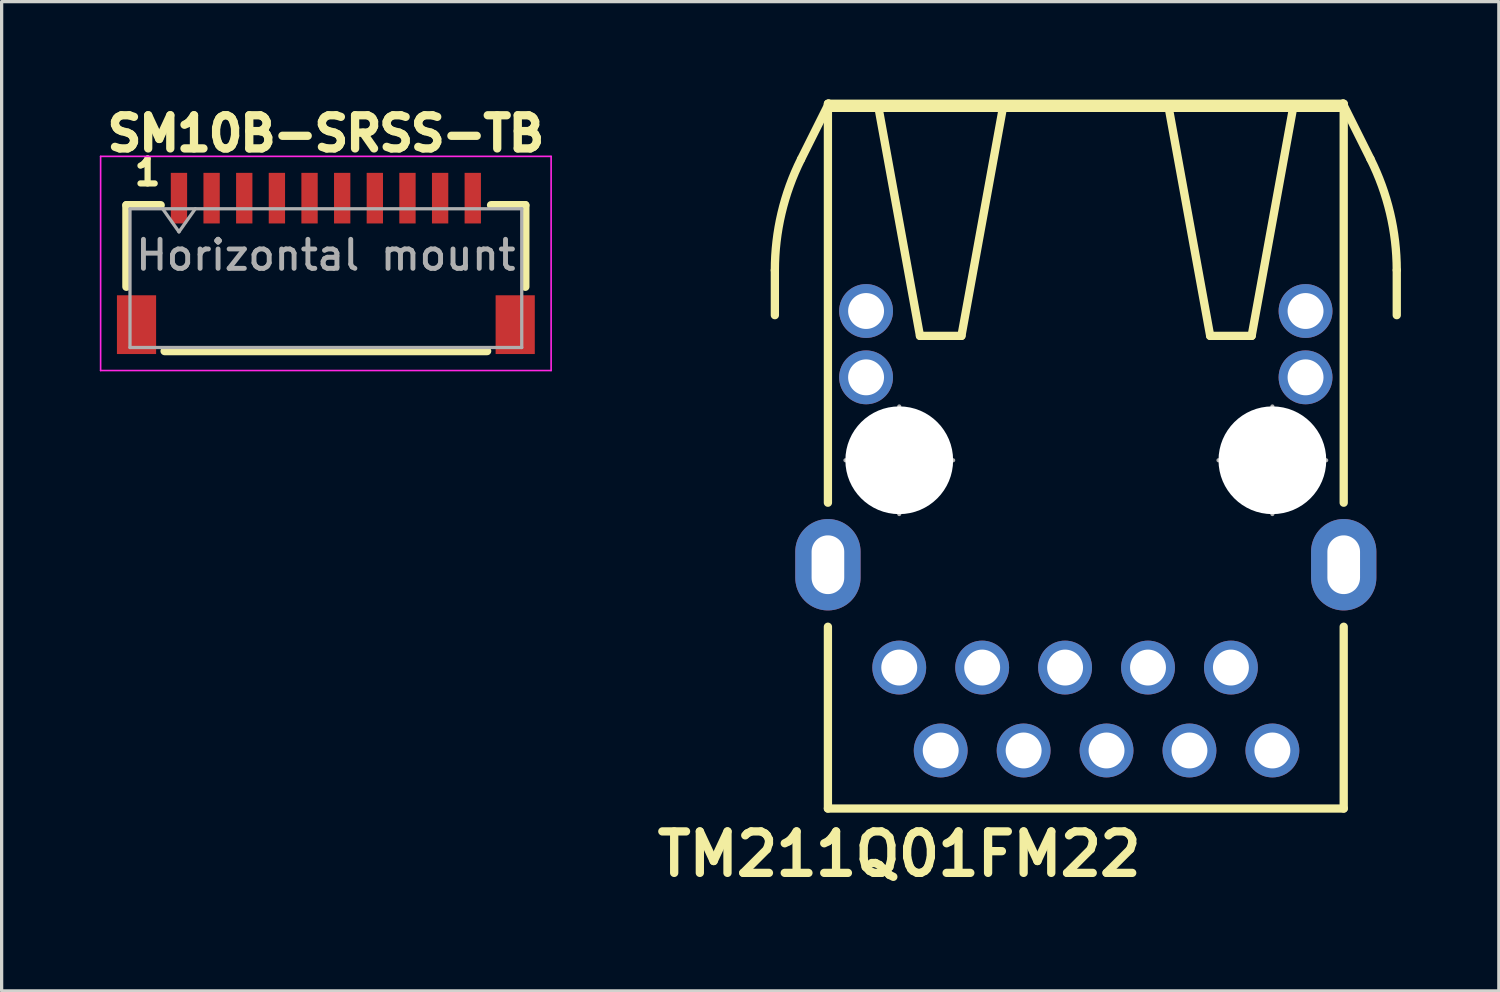
<source format=kicad_pcb>
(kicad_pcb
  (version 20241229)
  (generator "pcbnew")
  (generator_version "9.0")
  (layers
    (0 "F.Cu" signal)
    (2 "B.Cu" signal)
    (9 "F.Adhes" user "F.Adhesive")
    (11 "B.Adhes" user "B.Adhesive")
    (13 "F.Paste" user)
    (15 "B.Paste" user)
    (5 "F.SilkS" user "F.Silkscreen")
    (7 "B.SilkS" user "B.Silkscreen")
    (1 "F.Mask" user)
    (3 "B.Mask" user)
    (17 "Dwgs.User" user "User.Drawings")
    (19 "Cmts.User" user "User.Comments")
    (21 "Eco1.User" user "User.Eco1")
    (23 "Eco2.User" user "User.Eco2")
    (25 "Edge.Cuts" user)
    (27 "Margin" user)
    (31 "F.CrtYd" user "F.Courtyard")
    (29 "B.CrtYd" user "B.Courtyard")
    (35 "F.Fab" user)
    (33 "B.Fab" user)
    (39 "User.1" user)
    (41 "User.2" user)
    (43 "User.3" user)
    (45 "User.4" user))
  (footprint "TM211Q01FM22"
    (layer "F.Cu")
    (at 30.211 11.049)
    (property "Reference" "TM211Q01FM22" (at -5.715 12.065 0) (layer "F.SilkS") (effects (font (size 1.27 1.27) (thickness 0.254))))
    (attr through_hole)
    (fp_line (start -9.525 -5.819) (end -9.525 -4.445) (stroke (width 0.254) (type solid)) (layer "F.SilkS"))
    (fp_line (start -7.9 -10.922) (end -7.9 1.3) (stroke (width 0.254) (type solid)) (layer "F.SilkS"))
    (fp_line (start -7.9 10.668) (end -7.9 5.1) (stroke (width 0.254) (type solid)) (layer "F.SilkS"))
    (fp_line (start -7.9 10.668) (end 7.9 10.668) (stroke (width 0.254) (type solid)) (layer "F.SilkS"))
    (fp_line (start -7.874 -10.922) (end -8.72 -9.228) (stroke (width 0.254) (type solid)) (layer "F.SilkS"))
    (fp_line (start -7.874 -10.922) (end -7.899 -10.922) (stroke (width 0.254) (type solid)) (layer "F.SilkS"))
    (fp_line (start -6.35 -10.795) (end -5.08 -3.81) (stroke (width 0.254) (type solid)) (layer "F.SilkS"))
    (fp_line (start -5.08 -3.81) (end -3.81 -3.81) (stroke (width 0.254) (type solid)) (layer "F.SilkS"))
    (fp_line (start -3.81 -3.81) (end -2.54 -10.795) (stroke (width 0.254) (type solid)) (layer "F.SilkS"))
    (fp_line (start 2.54 -10.795) (end -7.874 -10.795) (stroke (width 0.254) (type solid)) (layer "F.SilkS"))
    (fp_line (start 2.54 -10.795) (end 3.81 -3.81) (stroke (width 0.254) (type solid)) (layer "F.SilkS"))
    (fp_line (start 3.81 -3.81) (end 5.08 -3.81) (stroke (width 0.254) (type solid)) (layer "F.SilkS"))
    (fp_line (start 5.08 -3.81) (end 6.35 -10.795) (stroke (width 0.254) (type solid)) (layer "F.SilkS"))
    (fp_line (start 6.35 -10.795) (end 2.54 -10.795) (stroke (width 0.254) (type solid)) (layer "F.SilkS"))
    (fp_line (start 7.874 -10.922) (end -7.874 -10.922) (stroke (width 0.254) (type solid)) (layer "F.SilkS"))
    (fp_line (start 7.874 -10.922) (end 8.72 -9.228) (stroke (width 0.254) (type solid)) (layer "F.SilkS"))
    (fp_line (start 7.874 -10.795) (end 6.35 -10.795) (stroke (width 0.254) (type solid)) (layer "F.SilkS"))
    (fp_line (start 7.899 -10.922) (end 7.874 -10.922) (stroke (width 0.254) (type solid)) (layer "F.SilkS"))
    (fp_line (start 7.9 1.3) (end 7.9 -10.922) (stroke (width 0.254) (type solid)) (layer "F.SilkS"))
    (fp_line (start 7.9 10.668) (end 7.9 5.1) (stroke (width 0.254) (type solid)) (layer "F.SilkS"))
    (fp_line (start 9.525 -5.819) (end 9.525 -4.445) (stroke (width 0.254) (type solid)) (layer "F.SilkS"))
    (fp_arc (start -9.525 -5.81914) (mid -9.32215 -7.565647) (end -8.7244 -9.219167) (stroke (width 0.254) (type solid)) (layer "F.SilkS"))
    (fp_arc (start 8.71982 -9.22782) (mid 9.319675 -7.575119) (end 9.524762 -5.828927) (stroke (width 0.254) (type solid)) (layer "F.SilkS"))
    (fp_line (start -7.363 0) (end -4.064 0) (stroke (width 0.127) (type solid)) (layer "F.Fab"))
    (fp_line (start -5.715 1.648) (end -5.715 -1.648) (stroke (width 0.127) (type solid)) (layer "F.Fab"))
    (fp_line (start 4.064 0) (end 7.363 0) (stroke (width 0.127) (type solid)) (layer "F.Fab"))
    (fp_line (start 5.715 1.648) (end 5.715 -1.648) (stroke (width 0.127) (type solid)) (layer "F.Fab"))
    (fp_circle (center -5.715 0) (end -6.538 0.823) (stroke (width 0.127) (type solid)) (fill no) (layer "F.Fab"))
    (fp_circle (center 5.715 0) (end 6.538 0.823) (stroke (width 0.127) (type solid)) (fill no) (layer "F.Fab"))
    (pad "" np_thru_hole circle (at -5.715 0) (size 3.3 3.3) (drill 3.3) (layers "*.Cu" "*.Mask"))
    (pad "" np_thru_hole circle (at 5.715 0) (size 3.3 3.3) (drill 3.3) (layers "*.Cu" "*.Mask"))
    (pad "1" thru_hole circle (at -5.715 6.35) (size 1.65 1.65) (drill 1.1) (layers "*.Cu" "*.Mask"))
    (pad "2" thru_hole circle (at -4.445 8.89) (size 1.65 1.65) (drill 1.1) (layers "*.Cu" "*.Mask"))
    (pad "3" thru_hole circle (at -3.175 6.35) (size 1.65 1.65) (drill 1.1) (layers "*.Cu" "*.Mask"))
    (pad "4" thru_hole circle (at -1.905 8.89) (size 1.65 1.65) (drill 1.1) (layers "*.Cu" "*.Mask"))
    (pad "5" thru_hole circle (at -0.635 6.35) (size 1.65 1.65) (drill 1.1) (layers "*.Cu" "*.Mask"))
    (pad "6" thru_hole circle (at 0.635 8.89) (size 1.65 1.65) (drill 1.1) (layers "*.Cu" "*.Mask"))
    (pad "7" thru_hole circle (at 1.905 6.35) (size 1.65 1.65) (drill 1.1) (layers "*.Cu" "*.Mask"))
    (pad "8" thru_hole circle (at 3.175 8.89) (size 1.65 1.65) (drill 1.1) (layers "*.Cu" "*.Mask"))
    (pad "9" thru_hole circle (at 4.445 6.35) (size 1.65 1.65) (drill 1.1) (layers "*.Cu" "*.Mask"))
    (pad "10" thru_hole circle (at 5.715 8.89) (size 1.65 1.65) (drill 1.1) (layers "*.Cu" "*.Mask"))
    (pad "11" thru_hole circle (at -6.731 -2.54) (size 1.65 1.65) (drill 1.1) (layers "*.Cu" "*.Mask"))
    (pad "12" thru_hole circle (at -6.731 -4.572) (size 1.65 1.65) (drill 1.1) (layers "*.Cu" "*.Mask"))
    (pad "13" thru_hole circle (at 6.731 -2.54) (size 1.65 1.65) (drill 1.1) (layers "*.Cu" "*.Mask"))
    (pad "14" thru_hole circle (at 6.731 -4.572) (size 1.65 1.65) (drill 1.1) (layers "*.Cu" "*.Mask"))
    (pad "SH1" thru_hole oval (at -7.9 3.2) (size 2 2.8) (drill oval 1 1.8) (layers "*.Cu" "*.Mask"))
    (pad "SH2" thru_hole oval (at 7.9 3.2) (size 2 2.8) (drill oval 1 1.8) (layers "*.Cu" "*.Mask")))
  (footprint "SM10B-SRSS-TB"
    (layer "F.Cu")
    (at 6.932 5.12)
    (property "Reference" "SM10B-SRSS-TB" (at 0 -4.08 0) (layer "F.SilkS") (effects (font (size 1.016 1.016) (thickness 0.254))))
    (attr smd)
    (fp_line (start -6.11 -1.885) (end -5.06 -1.885) (stroke (width 0.254) (type solid)) (layer "F.SilkS"))
    (fp_line (start -6.11 0.615) (end -6.11 -1.885) (stroke (width 0.254) (type solid)) (layer "F.SilkS"))
    (fp_line (start -4.94 2.585) (end 4.94 2.585) (stroke (width 0.254) (type solid)) (layer "F.SilkS"))
    (fp_line (start 6.11 -1.885) (end 5.06 -1.885) (stroke (width 0.254) (type solid)) (layer "F.SilkS"))
    (fp_line (start 6.11 0.615) (end 6.11 -1.885) (stroke (width 0.254) (type solid)) (layer "F.SilkS"))
    (fp_line (start -6.9 -3.38) (end -6.9 3.18) (stroke (width 0.05) (type solid)) (layer "F.CrtYd"))
    (fp_line (start -6.9 3.18) (end 6.9 3.18) (stroke (width 0.05) (type solid)) (layer "F.CrtYd"))
    (fp_line (start 6.9 -3.38) (end -6.9 -3.38) (stroke (width 0.05) (type solid)) (layer "F.CrtYd"))
    (fp_line (start 6.9 3.18) (end 6.9 -3.38) (stroke (width 0.05) (type solid)) (layer "F.CrtYd"))
    (fp_line (start -6 -1.775) (end -6 2.475) (stroke (width 0.1) (type solid)) (layer "F.Fab"))
    (fp_line (start -6 -1.775) (end 6 -1.775) (stroke (width 0.1) (type solid)) (layer "F.Fab"))
    (fp_line (start -6 2.475) (end 6 2.475) (stroke (width 0.1) (type solid)) (layer "F.Fab"))
    (fp_line (start -5 -1.775) (end -4.5 -1.068) (stroke (width 0.1) (type solid)) (layer "F.Fab"))
    (fp_line (start -4.5 -1.068) (end -4 -1.775) (stroke (width 0.1) (type solid)) (layer "F.Fab"))
    (fp_line (start 6 -1.775) (end 6 2.475) (stroke (width 0.1) (type solid)) (layer "F.Fab"))
    (fp_text user "1" (at -5.461 -2.894 0) (layer "F.SilkS") (effects (font (size 0.762 0.762) (thickness 0.191))))
    (fp_text user "Horizontal mount" (at 0 -0.354 0) (layer "F.Fab") (effects (font (size 0.889 0.889) (thickness 0.15))))
    (pad "0" smd rect (at -5.8 1.775) (size 1.2 1.8) (layers "F.Cu" "F.Mask" "F.Paste"))
    (pad "0" smd rect (at 5.8 1.775) (size 1.2 1.8) (layers "F.Cu" "F.Mask" "F.Paste"))
    (pad "1" smd rect (at -4.5 -2.1) (size 0.5 1.55) (layers "F.Cu" "F.Mask" "F.Paste"))
    (pad "2" smd rect (at -3.5 -2.1) (size 0.5 1.55) (layers "F.Cu" "F.Mask" "F.Paste"))
    (pad "3" smd rect (at -2.5 -2.1) (size 0.5 1.55) (layers "F.Cu" "F.Mask" "F.Paste"))
    (pad "4" smd rect (at -1.5 -2.1) (size 0.5 1.55) (layers "F.Cu" "F.Mask" "F.Paste"))
    (pad "5" smd rect (at -0.5 -2.1) (size 0.5 1.55) (layers "F.Cu" "F.Mask" "F.Paste"))
    (pad "6" smd rect (at 0.5 -2.1) (size 0.5 1.55) (layers "F.Cu" "F.Mask" "F.Paste"))
    (pad "7" smd rect (at 1.5 -2.1) (size 0.5 1.55) (layers "F.Cu" "F.Mask" "F.Paste"))
    (pad "8" smd rect (at 2.5 -2.1) (size 0.5 1.55) (layers "F.Cu" "F.Mask" "F.Paste"))
    (pad "9" smd rect (at 3.5 -2.1) (size 0.5 1.55) (layers "F.Cu" "F.Mask" "F.Paste"))
    (pad "10" smd rect (at 4.5 -2.1) (size 0.5 1.55) (layers "F.Cu" "F.Mask" "F.Paste")))
  (gr_rect
    (start -3 -3)
    (end 42.863 27.303)
    (stroke (width 0.1) (type default))
    (fill no)
    (layer "Edge.Cuts")))
</source>
